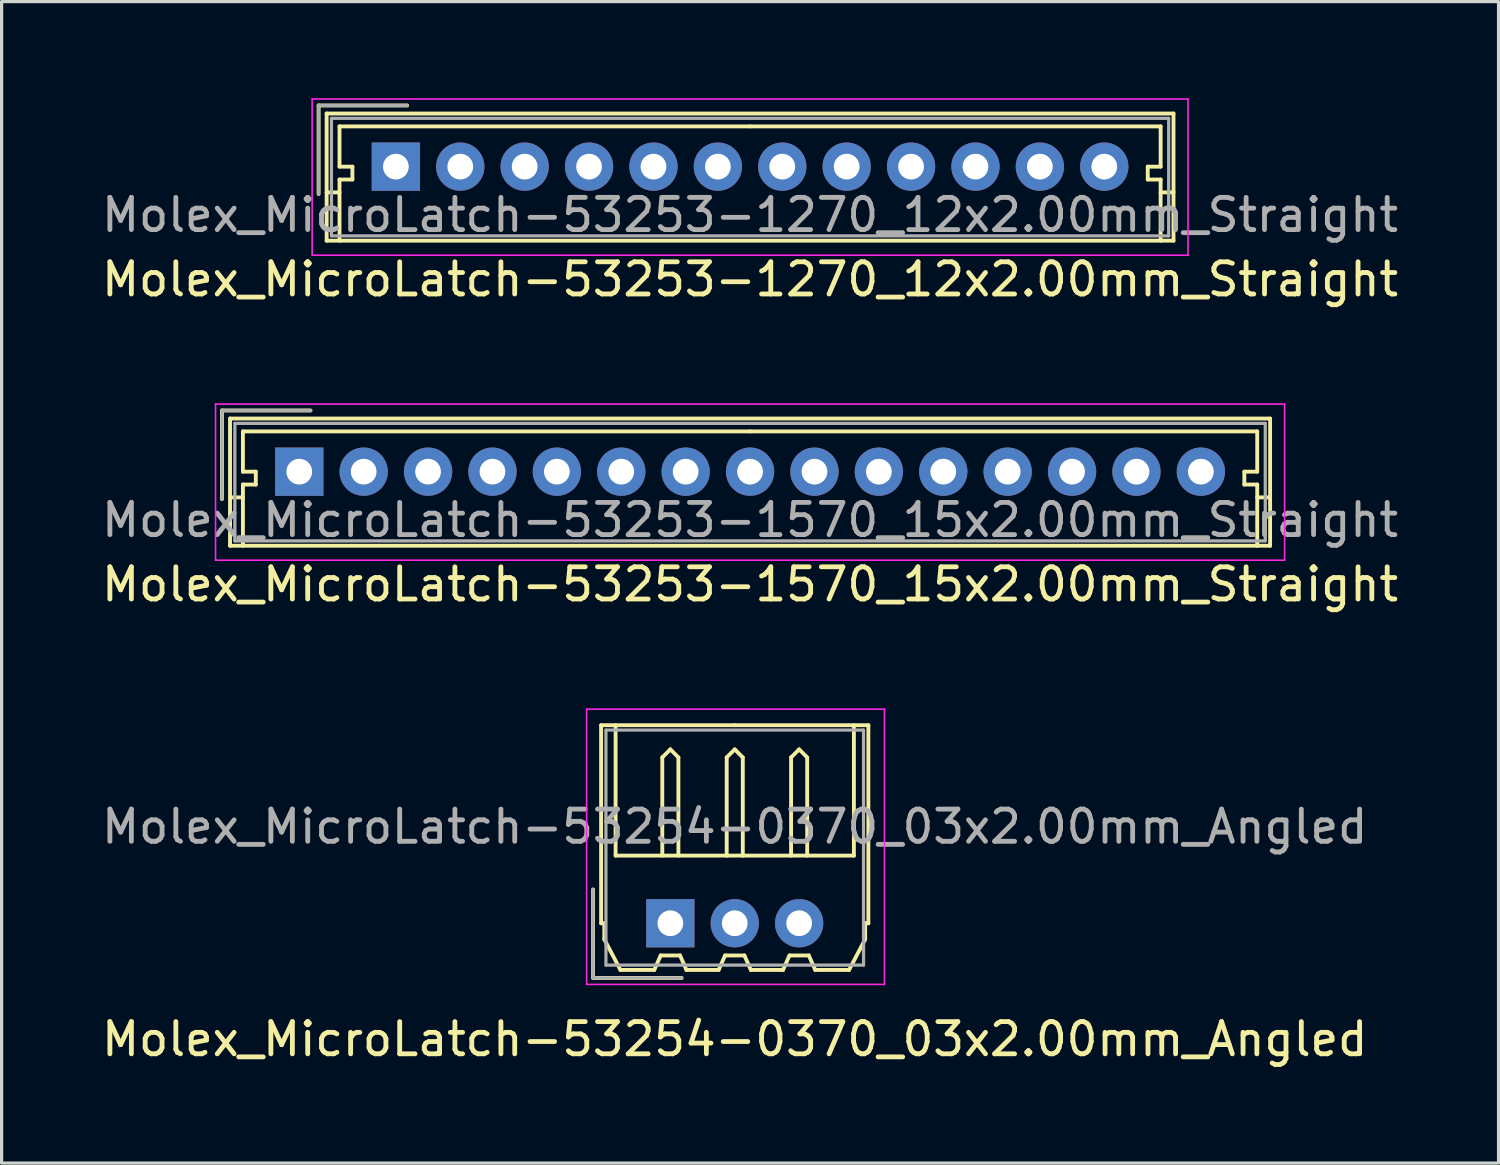
<source format=kicad_pcb>
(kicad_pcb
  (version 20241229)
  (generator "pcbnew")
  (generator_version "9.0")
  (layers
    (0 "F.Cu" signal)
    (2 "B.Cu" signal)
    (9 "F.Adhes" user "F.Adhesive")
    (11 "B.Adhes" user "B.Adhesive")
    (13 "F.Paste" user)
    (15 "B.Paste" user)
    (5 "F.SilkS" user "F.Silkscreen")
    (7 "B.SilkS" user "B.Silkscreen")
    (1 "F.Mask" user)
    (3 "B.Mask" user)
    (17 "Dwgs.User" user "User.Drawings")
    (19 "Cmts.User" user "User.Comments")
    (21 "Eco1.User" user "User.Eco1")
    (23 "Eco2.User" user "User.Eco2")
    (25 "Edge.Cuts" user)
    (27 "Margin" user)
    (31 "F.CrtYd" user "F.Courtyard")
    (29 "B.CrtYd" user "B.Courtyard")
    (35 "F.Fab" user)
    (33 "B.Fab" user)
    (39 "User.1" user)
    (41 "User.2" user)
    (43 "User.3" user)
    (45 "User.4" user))
  (footprint "Molex_MicroLatch-53253-1570_15x2.00mm_Straight"
    (layer "F.Cu")
    (at 6.244 11.598)
    (property "Reference" "Molex_MicroLatch-53253-1570_15x2.00mm_Straight" (at 14 3.5 0) (layer "F.SilkS") (effects (font (size 1 1) (thickness 0.15))))
    (attr through_hole)
    (fp_line (start -2.4 -1.9) (end -2.4 0.85) (stroke (width 0.12) (type solid)) (layer "F.SilkS"))
    (fp_line (start -2.15 -1.65) (end -2.15 2.3) (stroke (width 0.12) (type solid)) (layer "F.SilkS"))
    (fp_line (start -2.15 0.8) (end -1.75 0.8) (stroke (width 0.12) (type solid)) (layer "F.SilkS"))
    (fp_line (start -2.15 2.3) (end 30.15 2.3) (stroke (width 0.12) (type solid)) (layer "F.SilkS"))
    (fp_line (start -1.75 -1.25) (end -1.75 0) (stroke (width 0.12) (type solid)) (layer "F.SilkS"))
    (fp_line (start -1.75 0) (end -1.35 0) (stroke (width 0.12) (type solid)) (layer "F.SilkS"))
    (fp_line (start -1.75 0.4) (end -1.75 2.3) (stroke (width 0.12) (type solid)) (layer "F.SilkS"))
    (fp_line (start -1.35 0) (end -1.35 0.4) (stroke (width 0.12) (type solid)) (layer "F.SilkS"))
    (fp_line (start -1.35 0.4) (end -1.75 0.4) (stroke (width 0.12) (type solid)) (layer "F.SilkS"))
    (fp_line (start 0.35 -1.9) (end -2.4 -1.9) (stroke (width 0.12) (type solid)) (layer "F.SilkS"))
    (fp_line (start 14 -1.25) (end -1.75 -1.25) (stroke (width 0.12) (type solid)) (layer "F.SilkS"))
    (fp_line (start 14 -1.25) (end 29.75 -1.25) (stroke (width 0.12) (type solid)) (layer "F.SilkS"))
    (fp_line (start 29.35 0) (end 29.35 0.4) (stroke (width 0.12) (type solid)) (layer "F.SilkS"))
    (fp_line (start 29.35 0.4) (end 29.75 0.4) (stroke (width 0.12) (type solid)) (layer "F.SilkS"))
    (fp_line (start 29.75 -1.25) (end 29.75 0) (stroke (width 0.12) (type solid)) (layer "F.SilkS"))
    (fp_line (start 29.75 0) (end 29.35 0) (stroke (width 0.12) (type solid)) (layer "F.SilkS"))
    (fp_line (start 29.75 0.4) (end 29.75 2.3) (stroke (width 0.12) (type solid)) (layer "F.SilkS"))
    (fp_line (start 30.15 -1.65) (end -2.15 -1.65) (stroke (width 0.12) (type solid)) (layer "F.SilkS"))
    (fp_line (start 30.15 0.8) (end 29.75 0.8) (stroke (width 0.12) (type solid)) (layer "F.SilkS"))
    (fp_line (start 30.15 2.3) (end 30.15 -1.65) (stroke (width 0.12) (type solid)) (layer "F.SilkS"))
    (fp_line (start -2.6 -2.1) (end -2.6 2.75) (stroke (width 0.05) (type solid)) (layer "F.CrtYd"))
    (fp_line (start -2.6 2.75) (end 30.6 2.75) (stroke (width 0.05) (type solid)) (layer "F.CrtYd"))
    (fp_line (start 30.6 -2.1) (end -2.6 -2.1) (stroke (width 0.05) (type solid)) (layer "F.CrtYd"))
    (fp_line (start 30.6 2.75) (end 30.6 -2.1) (stroke (width 0.05) (type solid)) (layer "F.CrtYd"))
    (fp_line (start -2.4 -1.9) (end -2.4 0.85) (stroke (width 0.1) (type solid)) (layer "F.Fab"))
    (fp_line (start -2 -1.5) (end -2 2.15) (stroke (width 0.1) (type solid)) (layer "F.Fab"))
    (fp_line (start -2 2.15) (end 30 2.15) (stroke (width 0.1) (type solid)) (layer "F.Fab"))
    (fp_line (start 0.35 -1.9) (end -2.4 -1.9) (stroke (width 0.1) (type solid)) (layer "F.Fab"))
    (fp_line (start 30 -1.5) (end -2 -1.5) (stroke (width 0.1) (type solid)) (layer "F.Fab"))
    (fp_line (start 30 2.15) (end 30 -1.5) (stroke (width 0.1) (type solid)) (layer "F.Fab"))
    (fp_text user "${REFERENCE}" (at 14 1.5 0) (layer "F.Fab") (effects (font (size 1 1) (thickness 0.15))))
    (pad "1" thru_hole rect (at 0 0) (size 1.5 1.5) (drill 0.8) (layers "*.Cu" "*.Mask"))
    (pad "2" thru_hole circle (at 2 0) (size 1.5 1.5) (drill 0.8) (layers "*.Cu" "*.Mask"))
    (pad "3" thru_hole circle (at 4 0) (size 1.5 1.5) (drill 0.8) (layers "*.Cu" "*.Mask"))
    (pad "4" thru_hole circle (at 6 0) (size 1.5 1.5) (drill 0.8) (layers "*.Cu" "*.Mask"))
    (pad "5" thru_hole circle (at 8 0) (size 1.5 1.5) (drill 0.8) (layers "*.Cu" "*.Mask"))
    (pad "6" thru_hole circle (at 10 0) (size 1.5 1.5) (drill 0.8) (layers "*.Cu" "*.Mask"))
    (pad "7" thru_hole circle (at 12 0) (size 1.5 1.5) (drill 0.8) (layers "*.Cu" "*.Mask"))
    (pad "8" thru_hole circle (at 14 0) (size 1.5 1.5) (drill 0.8) (layers "*.Cu" "*.Mask"))
    (pad "9" thru_hole circle (at 16 0) (size 1.5 1.5) (drill 0.8) (layers "*.Cu" "*.Mask"))
    (pad "10" thru_hole circle (at 18 0) (size 1.5 1.5) (drill 0.8) (layers "*.Cu" "*.Mask"))
    (pad "11" thru_hole circle (at 20 0) (size 1.5 1.5) (drill 0.8) (layers "*.Cu" "*.Mask"))
    (pad "12" thru_hole circle (at 22 0) (size 1.5 1.5) (drill 0.8) (layers "*.Cu" "*.Mask"))
    (pad "13" thru_hole circle (at 24 0) (size 1.5 1.5) (drill 0.8) (layers "*.Cu" "*.Mask"))
    (pad "14" thru_hole circle (at 26 0) (size 1.5 1.5) (drill 0.8) (layers "*.Cu" "*.Mask"))
    (pad "15" thru_hole circle (at 28 0) (size 1.5 1.5) (drill 0.8) (layers "*.Cu" "*.Mask")))
  (footprint "Molex_MicroLatch-53253-1270_12x2.00mm_Straight"
    (layer "F.Cu")
    (at 9.244 2.125)
    (property "Reference" "Molex_MicroLatch-53253-1270_12x2.00mm_Straight" (at 11 3.5 0) (layer "F.SilkS") (effects (font (size 1 1) (thickness 0.15))))
    (attr through_hole)
    (fp_line (start -2.4 -1.9) (end -2.4 0.85) (stroke (width 0.12) (type solid)) (layer "F.SilkS"))
    (fp_line (start -2.15 -1.65) (end -2.15 2.3) (stroke (width 0.12) (type solid)) (layer "F.SilkS"))
    (fp_line (start -2.15 0.8) (end -1.75 0.8) (stroke (width 0.12) (type solid)) (layer "F.SilkS"))
    (fp_line (start -2.15 2.3) (end 24.15 2.3) (stroke (width 0.12) (type solid)) (layer "F.SilkS"))
    (fp_line (start -1.75 -1.25) (end -1.75 0) (stroke (width 0.12) (type solid)) (layer "F.SilkS"))
    (fp_line (start -1.75 0) (end -1.35 0) (stroke (width 0.12) (type solid)) (layer "F.SilkS"))
    (fp_line (start -1.75 0.4) (end -1.75 2.3) (stroke (width 0.12) (type solid)) (layer "F.SilkS"))
    (fp_line (start -1.35 0) (end -1.35 0.4) (stroke (width 0.12) (type solid)) (layer "F.SilkS"))
    (fp_line (start -1.35 0.4) (end -1.75 0.4) (stroke (width 0.12) (type solid)) (layer "F.SilkS"))
    (fp_line (start 0.35 -1.9) (end -2.4 -1.9) (stroke (width 0.12) (type solid)) (layer "F.SilkS"))
    (fp_line (start 11 -1.25) (end -1.75 -1.25) (stroke (width 0.12) (type solid)) (layer "F.SilkS"))
    (fp_line (start 11 -1.25) (end 23.75 -1.25) (stroke (width 0.12) (type solid)) (layer "F.SilkS"))
    (fp_line (start 23.35 0) (end 23.35 0.4) (stroke (width 0.12) (type solid)) (layer "F.SilkS"))
    (fp_line (start 23.35 0.4) (end 23.75 0.4) (stroke (width 0.12) (type solid)) (layer "F.SilkS"))
    (fp_line (start 23.75 -1.25) (end 23.75 0) (stroke (width 0.12) (type solid)) (layer "F.SilkS"))
    (fp_line (start 23.75 0) (end 23.35 0) (stroke (width 0.12) (type solid)) (layer "F.SilkS"))
    (fp_line (start 23.75 0.4) (end 23.75 2.3) (stroke (width 0.12) (type solid)) (layer "F.SilkS"))
    (fp_line (start 24.15 -1.65) (end -2.15 -1.65) (stroke (width 0.12) (type solid)) (layer "F.SilkS"))
    (fp_line (start 24.15 0.8) (end 23.75 0.8) (stroke (width 0.12) (type solid)) (layer "F.SilkS"))
    (fp_line (start 24.15 2.3) (end 24.15 -1.65) (stroke (width 0.12) (type solid)) (layer "F.SilkS"))
    (fp_line (start -2.6 -2.1) (end -2.6 2.75) (stroke (width 0.05) (type solid)) (layer "F.CrtYd"))
    (fp_line (start -2.6 2.75) (end 24.6 2.75) (stroke (width 0.05) (type solid)) (layer "F.CrtYd"))
    (fp_line (start 24.6 -2.1) (end -2.6 -2.1) (stroke (width 0.05) (type solid)) (layer "F.CrtYd"))
    (fp_line (start 24.6 2.75) (end 24.6 -2.1) (stroke (width 0.05) (type solid)) (layer "F.CrtYd"))
    (fp_line (start -2.4 -1.9) (end -2.4 0.85) (stroke (width 0.1) (type solid)) (layer "F.Fab"))
    (fp_line (start -2 -1.5) (end -2 2.15) (stroke (width 0.1) (type solid)) (layer "F.Fab"))
    (fp_line (start -2 2.15) (end 24 2.15) (stroke (width 0.1) (type solid)) (layer "F.Fab"))
    (fp_line (start 0.35 -1.9) (end -2.4 -1.9) (stroke (width 0.1) (type solid)) (layer "F.Fab"))
    (fp_line (start 24 -1.5) (end -2 -1.5) (stroke (width 0.1) (type solid)) (layer "F.Fab"))
    (fp_line (start 24 2.15) (end 24 -1.5) (stroke (width 0.1) (type solid)) (layer "F.Fab"))
    (fp_text user "${REFERENCE}" (at 11 1.5 0) (layer "F.Fab") (effects (font (size 1 1) (thickness 0.15))))
    (pad "1" thru_hole rect (at 0 0) (size 1.5 1.5) (drill 0.8) (layers "*.Cu" "*.Mask"))
    (pad "2" thru_hole circle (at 2 0) (size 1.5 1.5) (drill 0.8) (layers "*.Cu" "*.Mask"))
    (pad "3" thru_hole circle (at 4 0) (size 1.5 1.5) (drill 0.8) (layers "*.Cu" "*.Mask"))
    (pad "4" thru_hole circle (at 6 0) (size 1.5 1.5) (drill 0.8) (layers "*.Cu" "*.Mask"))
    (pad "5" thru_hole circle (at 8 0) (size 1.5 1.5) (drill 0.8) (layers "*.Cu" "*.Mask"))
    (pad "6" thru_hole circle (at 10 0) (size 1.5 1.5) (drill 0.8) (layers "*.Cu" "*.Mask"))
    (pad "7" thru_hole circle (at 12 0) (size 1.5 1.5) (drill 0.8) (layers "*.Cu" "*.Mask"))
    (pad "8" thru_hole circle (at 14 0) (size 1.5 1.5) (drill 0.8) (layers "*.Cu" "*.Mask"))
    (pad "9" thru_hole circle (at 16 0) (size 1.5 1.5) (drill 0.8) (layers "*.Cu" "*.Mask"))
    (pad "10" thru_hole circle (at 18 0) (size 1.5 1.5) (drill 0.8) (layers "*.Cu" "*.Mask"))
    (pad "11" thru_hole circle (at 20 0) (size 1.5 1.5) (drill 0.8) (layers "*.Cu" "*.Mask"))
    (pad "12" thru_hole circle (at 22 0) (size 1.5 1.5) (drill 0.8) (layers "*.Cu" "*.Mask")))
  (footprint "Molex_MicroLatch-53254-0370_03x2.00mm_Angled"
    (layer "F.Cu")
    (at 17.768 25.622)
    (property "Reference" "Molex_MicroLatch-53254-0370_03x2.00mm_Angled" (at 2 3.6 0) (layer "F.SilkS") (effects (font (size 1 1) (thickness 0.15))))
    (attr through_hole)
    (fp_line (start -2.4 1.7) (end -2.4 -1.05) (stroke (width 0.12) (type solid)) (layer "F.SilkS"))
    (fp_line (start -2.15 -6.15) (end 2 -6.15) (stroke (width 0.12) (type solid)) (layer "F.SilkS"))
    (fp_line (start -2.15 0) (end -2.15 -6.15) (stroke (width 0.12) (type solid)) (layer "F.SilkS"))
    (fp_line (start -2.05 0) (end -2.15 0) (stroke (width 0.12) (type solid)) (layer "F.SilkS"))
    (fp_line (start -2.05 0.5) (end -2.05 0) (stroke (width 0.12) (type solid)) (layer "F.SilkS"))
    (fp_line (start -1.7 -6.15) (end -1.7 -2.1) (stroke (width 0.12) (type solid)) (layer "F.SilkS"))
    (fp_line (start -1.7 -2.1) (end 5.7 -2.1) (stroke (width 0.12) (type solid)) (layer "F.SilkS"))
    (fp_line (start -1.55 1.45) (end -2.05 0.5) (stroke (width 0.12) (type solid)) (layer "F.SilkS"))
    (fp_line (start -0.5 1.45) (end -1.55 1.45) (stroke (width 0.12) (type solid)) (layer "F.SilkS"))
    (fp_line (start -0.3 1) (end -0.5 1.45) (stroke (width 0.12) (type solid)) (layer "F.SilkS"))
    (fp_line (start -0.3 1) (end 0.3 1) (stroke (width 0.12) (type solid)) (layer "F.SilkS"))
    (fp_line (start -0.25 -5.15) (end 0 -5.4) (stroke (width 0.12) (type solid)) (layer "F.SilkS"))
    (fp_line (start -0.25 -2.1) (end -0.25 -5.15) (stroke (width 0.12) (type solid)) (layer "F.SilkS"))
    (fp_line (start 0 -5.4) (end 0.25 -5.15) (stroke (width 0.12) (type solid)) (layer "F.SilkS"))
    (fp_line (start 0.25 -5.15) (end 0.25 -2.1) (stroke (width 0.12) (type solid)) (layer "F.SilkS"))
    (fp_line (start 0.3 1) (end 0.5 1.45) (stroke (width 0.12) (type solid)) (layer "F.SilkS"))
    (fp_line (start 0.35 1.7) (end -2.4 1.7) (stroke (width 0.12) (type solid)) (layer "F.SilkS"))
    (fp_line (start 0.5 1.45) (end 1.5 1.45) (stroke (width 0.12) (type solid)) (layer "F.SilkS"))
    (fp_line (start 1.5 1.45) (end 1.7 1) (stroke (width 0.12) (type solid)) (layer "F.SilkS"))
    (fp_line (start 1.7 1) (end 2.3 1) (stroke (width 0.12) (type solid)) (layer "F.SilkS"))
    (fp_line (start 1.75 -5.15) (end 2 -5.4) (stroke (width 0.12) (type solid)) (layer "F.SilkS"))
    (fp_line (start 1.75 -2.1) (end 1.75 -5.15) (stroke (width 0.12) (type solid)) (layer "F.SilkS"))
    (fp_line (start 2 -5.4) (end 2.25 -5.15) (stroke (width 0.12) (type solid)) (layer "F.SilkS"))
    (fp_line (start 2.25 -5.15) (end 2.25 -2.1) (stroke (width 0.12) (type solid)) (layer "F.SilkS"))
    (fp_line (start 2.3 1) (end 2.5 1.45) (stroke (width 0.12) (type solid)) (layer "F.SilkS"))
    (fp_line (start 2.5 1.45) (end 3.5 1.45) (stroke (width 0.12) (type solid)) (layer "F.SilkS"))
    (fp_line (start 3.5 1.45) (end 3.7 1) (stroke (width 0.12) (type solid)) (layer "F.SilkS"))
    (fp_line (start 3.7 1) (end 4.3 1) (stroke (width 0.12) (type solid)) (layer "F.SilkS"))
    (fp_line (start 3.75 -5.15) (end 4 -5.4) (stroke (width 0.12) (type solid)) (layer "F.SilkS"))
    (fp_line (start 3.75 -2.1) (end 3.75 -5.15) (stroke (width 0.12) (type solid)) (layer "F.SilkS"))
    (fp_line (start 4 -5.4) (end 4.25 -5.15) (stroke (width 0.12) (type solid)) (layer "F.SilkS"))
    (fp_line (start 4.25 -5.15) (end 4.25 -2.1) (stroke (width 0.12) (type solid)) (layer "F.SilkS"))
    (fp_line (start 4.3 1) (end 4.5 1.45) (stroke (width 0.12) (type solid)) (layer "F.SilkS"))
    (fp_line (start 4.5 1.45) (end 5.55 1.45) (stroke (width 0.12) (type solid)) (layer "F.SilkS"))
    (fp_line (start 5.55 1.45) (end 6.05 0.5) (stroke (width 0.12) (type solid)) (layer "F.SilkS"))
    (fp_line (start 5.7 -2.1) (end 5.7 -6.15) (stroke (width 0.12) (type solid)) (layer "F.SilkS"))
    (fp_line (start 6.05 0) (end 6.15 0) (stroke (width 0.12) (type solid)) (layer "F.SilkS"))
    (fp_line (start 6.05 0.5) (end 6.05 0) (stroke (width 0.12) (type solid)) (layer "F.SilkS"))
    (fp_line (start 6.15 -6.15) (end 2 -6.15) (stroke (width 0.12) (type solid)) (layer "F.SilkS"))
    (fp_line (start 6.15 0) (end 6.15 -6.15) (stroke (width 0.12) (type solid)) (layer "F.SilkS"))
    (fp_line (start -2.6 -6.65) (end -2.6 1.9) (stroke (width 0.05) (type solid)) (layer "F.CrtYd"))
    (fp_line (start -2.6 1.9) (end 6.65 1.9) (stroke (width 0.05) (type solid)) (layer "F.CrtYd"))
    (fp_line (start 6.65 -6.65) (end -2.6 -6.65) (stroke (width 0.05) (type solid)) (layer "F.CrtYd"))
    (fp_line (start 6.65 1.9) (end 6.65 -6.65) (stroke (width 0.05) (type solid)) (layer "F.CrtYd"))
    (fp_line (start -2.4 1.7) (end -2.4 -1.05) (stroke (width 0.1) (type solid)) (layer "F.Fab"))
    (fp_line (start -2 -6) (end -2 1.3) (stroke (width 0.1) (type solid)) (layer "F.Fab"))
    (fp_line (start -2 1.3) (end 6 1.3) (stroke (width 0.1) (type solid)) (layer "F.Fab"))
    (fp_line (start 0.35 1.7) (end -2.4 1.7) (stroke (width 0.1) (type solid)) (layer "F.Fab"))
    (fp_line (start 6 -6) (end -2 -6) (stroke (width 0.1) (type solid)) (layer "F.Fab"))
    (fp_line (start 6 1.3) (end 6 -6) (stroke (width 0.1) (type solid)) (layer "F.Fab"))
    (fp_text user "${REFERENCE}" (at 2 -3 0) (layer "F.Fab") (effects (font (size 1 1) (thickness 0.15))))
    (pad "1" thru_hole rect (at 0 0) (size 1.5 1.5) (drill 0.8) (layers "*.Cu" "*.Mask"))
    (pad "2" thru_hole circle (at 2 0) (size 1.5 1.5) (drill 0.8) (layers "*.Cu" "*.Mask"))
    (pad "3" thru_hole circle (at 4 0) (size 1.5 1.5) (drill 0.8) (layers "*.Cu" "*.Mask")))
  (gr_rect
    (start -3 -3)
    (end 43.488 33.07)
    (stroke (width 0.1) (type default))
    (fill no)
    (layer "Edge.Cuts")))
</source>
